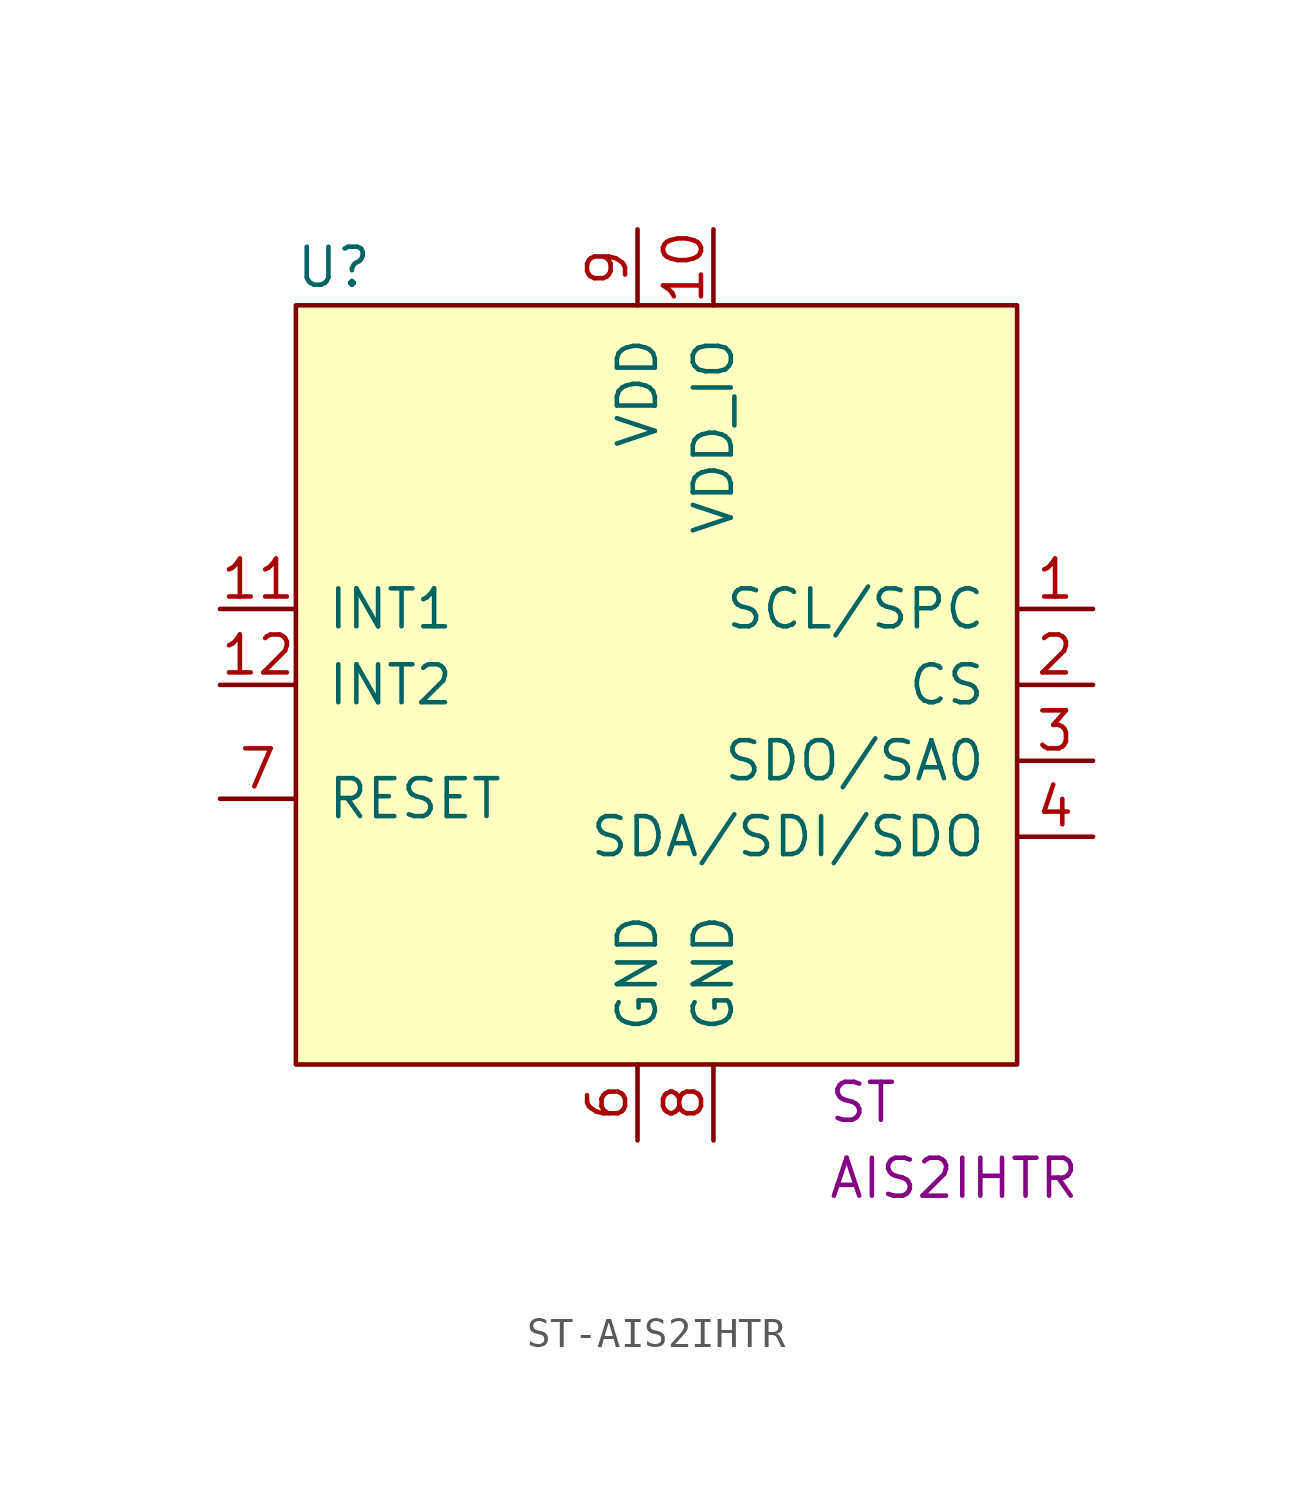
<source format=kicad_sym>
(kicad_symbol_lib
  (version 20211014)
  (generator kicad_symbol_editor)
  (symbol "ST-AIS2IHTR"
    (pin_names
      (offset 1.016))
    (property "Reference" "U"
      (at -11.43 1.27 0)
      (effects (font (size 1.27 1.27))))
    (property "MANUFACTURER" "ST"
      (at 5.08 -26.67 0)
      (effects (font (size 1.27 1.27)) (justify left)))
    (property "MPN" "AIS2IHTR"
      (at 5.08 -29.21 0)
      (effects (font (size 1.27 1.27)) (justify left)))
    (symbol "ST-AIS2IHTR_0_0"
      (pin output line (at 13.97 -10.16 180) (length 2.54) (name "SCL/SPC" (effects (font (size 1.27 1.27)))) (number "1" (effects (font (size 1.27 1.27)))))
      (pin power_in line (at 1.27 2.54 270) (length 2.54) (name "VDD_IO" (effects (font (size 1.27 1.27)))) (number "10" (effects (font (size 1.27 1.27)))))
      (pin input line (at -15.24 -10.16 0) (length 2.54) (name "INT1" (effects (font (size 1.27 1.27)))) (number "11" (effects (font (size 1.27 1.27)))))
      (pin input line (at -15.24 -12.7 0) (length 2.54) (name "INT2" (effects (font (size 1.27 1.27)))) (number "12" (effects (font (size 1.27 1.27)))))
      (pin output line (at 13.97 -12.7 180) (length 2.54) (name "CS" (effects (font (size 1.27 1.27)))) (number "2" (effects (font (size 1.27 1.27)))))
      (pin output line (at 13.97 -15.24 180) (length 2.54) (name "SDO/SA0" (effects (font (size 1.27 1.27)))) (number "3" (effects (font (size 1.27 1.27)))))
      (pin bidirectional line (at 13.97 -17.78 180) (length 2.54) (name "SDA/SDI/SDO" (effects (font (size 1.27 1.27)))) (number "4" (effects (font (size 1.27 1.27)))))
      (pin no_connect line (at -12.7 -27.94 90) (length 2.54) hide (name "~" (effects (font (size 1.27 1.27)))) (number "5" (effects (font (size 1.27 1.27)))))
      (pin power_in line (at -1.27 -27.94 90) (length 2.54) (name "GND" (effects (font (size 1.27 1.27)))) (number "6" (effects (font (size 1.27 1.27)))))
      (pin bidirectional line (at -15.24 -16.51 0) (length 2.54) (name "RESET" (effects (font (size 1.27 1.27)))) (number "7" (effects (font (size 1.27 1.27)))))
      (pin power_in line (at 1.27 -27.94 90) (length 2.54) (name "GND" (effects (font (size 1.27 1.27)))) (number "8" (effects (font (size 1.27 1.27)))))
      (pin power_in line (at -1.27 2.54 270) (length 2.54) (name "VDD" (effects (font (size 1.27 1.27)))) (number "9" (effects (font (size 1.27 1.27))))))
    (symbol "ST-AIS2IHTR_0_1"
      (rectangle (start -12.7 0) (end 11.43 -25.4) (stroke (width 0) (type default) (color 0 0 0 0)) (fill (type background))))))
</source>
